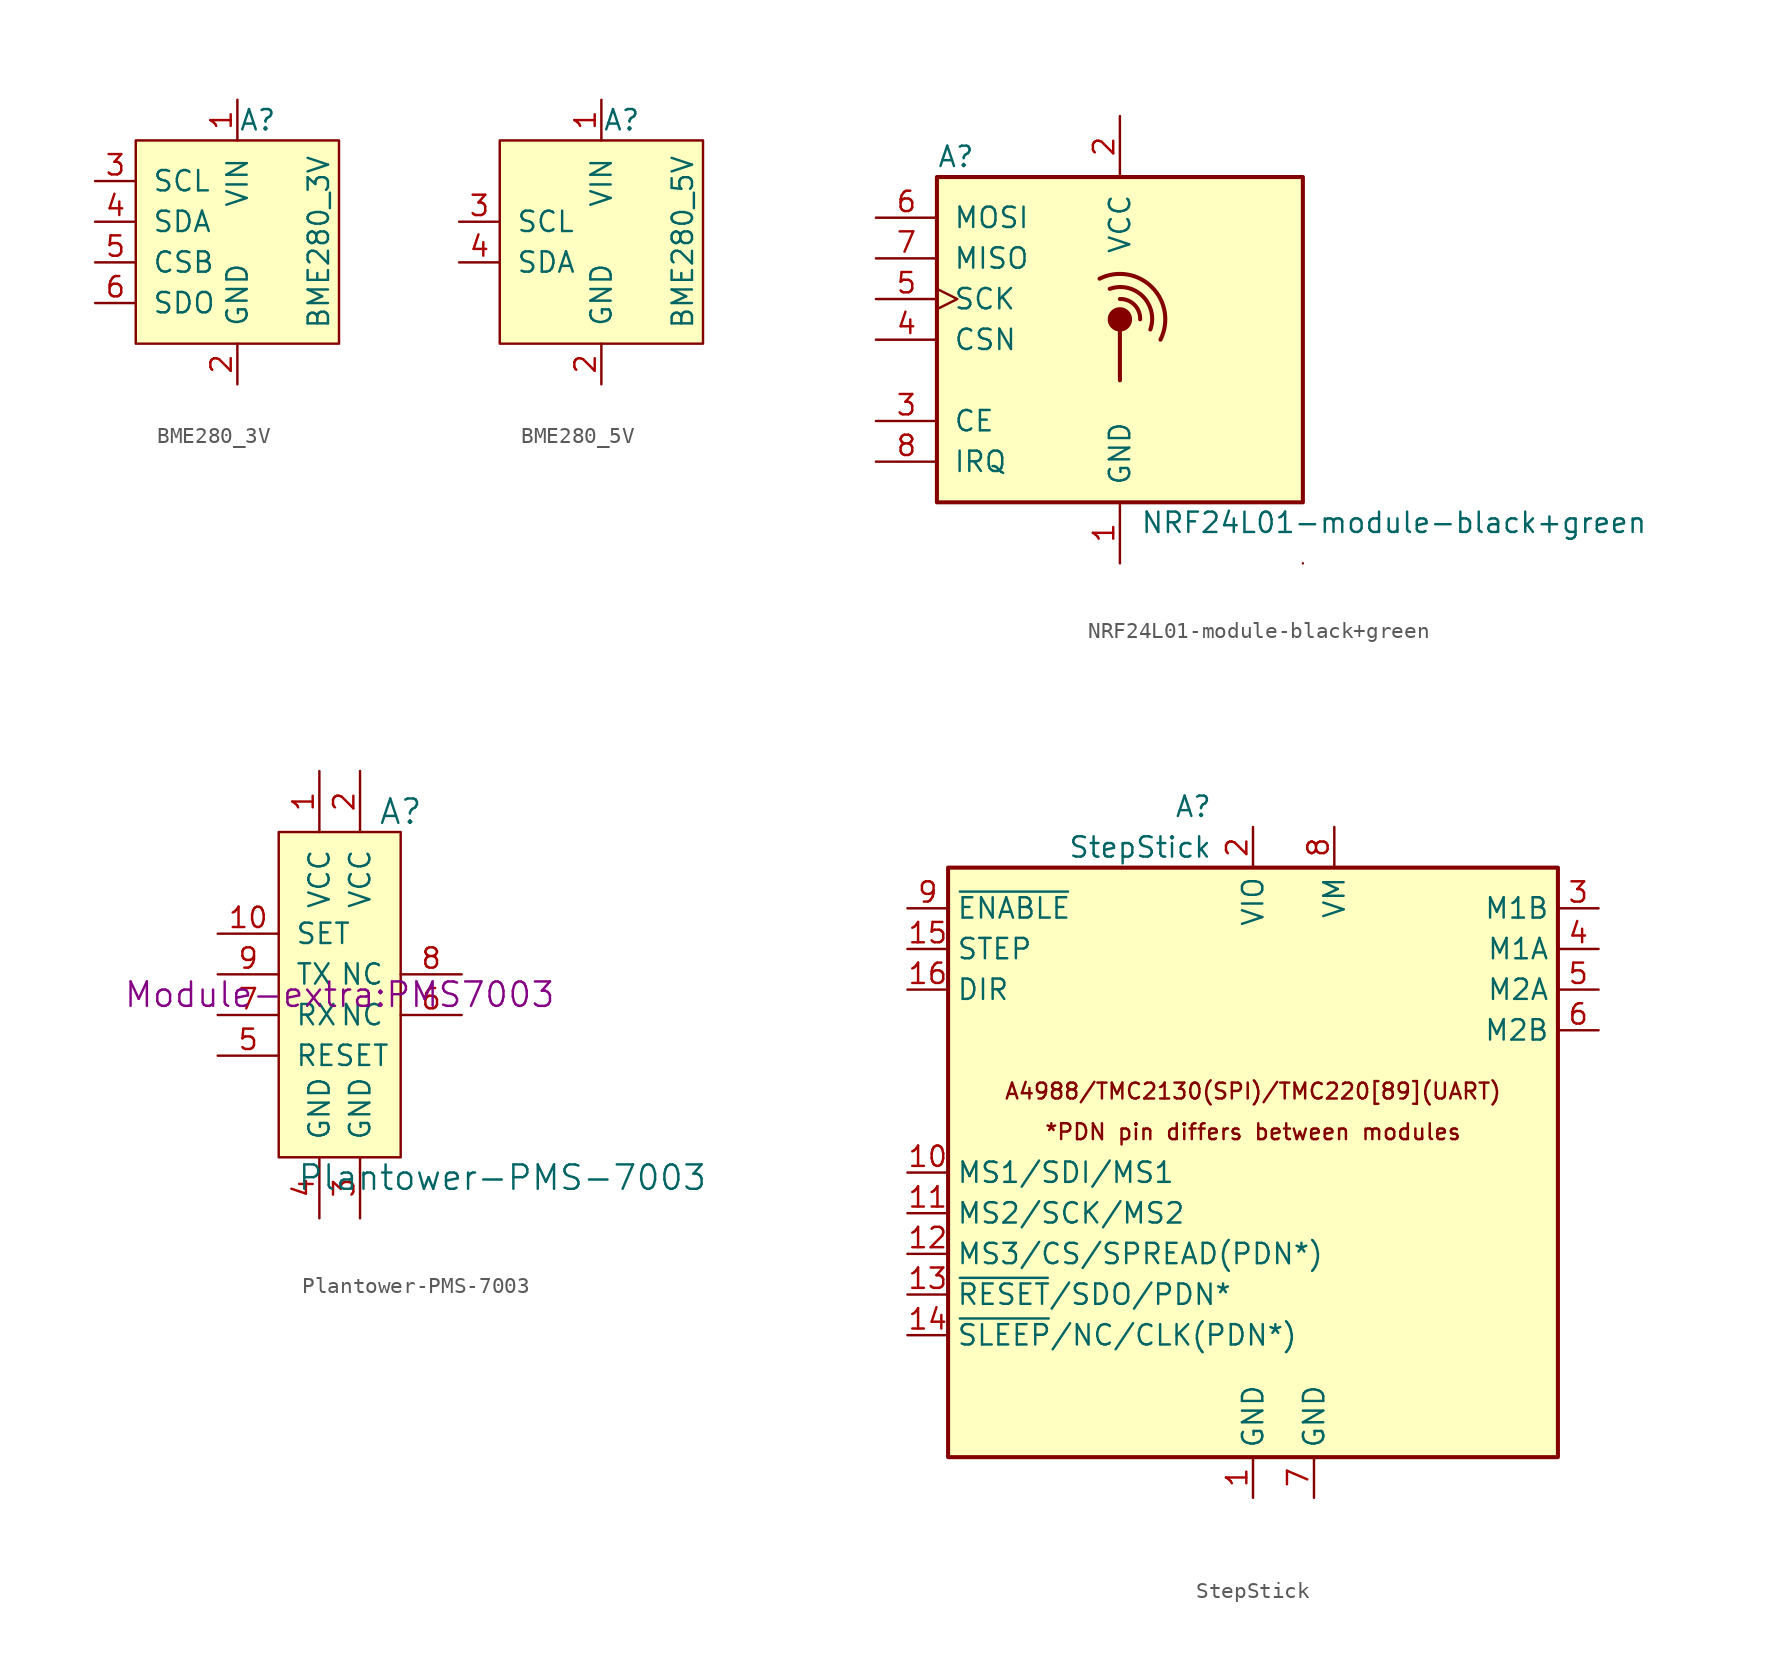
<source format=kicad_sym>
(kicad_symbol_lib
  (version 20231120)
  (generator "kicad_symbol_editor")
  (generator_version "8.0")
  (symbol "BME280_3V"
    (pin_names
      (offset 1.016))
    (property "Reference" "A"
      (at 1.27 11.43 0)
      (effects (font (size 1.27 1.27))))
    (property "Value" "BME280_3V"
      (at 5.08 3.81 90)
      (effects (font (size 1.27 1.27))))
    (symbol "BME280_3V_0_1"
      (rectangle (start -6.35 10.16) (end 6.35 -2.54) (stroke (width 0) (type default)) (fill (type background))))
    (symbol "BME280_3V_1_1"
      (pin power_in line (at 0 12.7 270) (length 2.54) (name "VIN" (effects (font (size 1.27 1.27)))) (number "1" (effects (font (size 1.27 1.27)))))
      (pin power_in line (at 0 -5.08 90) (length 2.54) (name "GND" (effects (font (size 1.27 1.27)))) (number "2" (effects (font (size 1.27 1.27)))))
      (pin input line (at -8.89 7.62 0) (length 2.54) (name "SCL" (effects (font (size 1.27 1.27)))) (number "3" (effects (font (size 1.27 1.27)))))
      (pin bidirectional line (at -8.89 5.08 0) (length 2.54) (name "SDA" (effects (font (size 1.27 1.27)))) (number "4" (effects (font (size 1.27 1.27)))))
      (pin passive line (at -8.89 2.54 0) (length 2.54) (name "CSB" (effects (font (size 1.27 1.27)))) (number "5" (effects (font (size 1.27 1.27)))))
      (pin passive line (at -8.89 0 0) (length 2.54) (name "SDO" (effects (font (size 1.27 1.27)))) (number "6" (effects (font (size 1.27 1.27)))))))
  (symbol "BME280_5V"
    (pin_names
      (offset 1.016))
    (property "Reference" "A"
      (at 1.27 11.43 0)
      (effects (font (size 1.27 1.27))))
    (property "Value" "BME280_5V"
      (at 5.08 3.81 90)
      (effects (font (size 1.27 1.27))))
    (symbol "BME280_5V_0_1"
      (rectangle (start -6.35 10.16) (end 6.35 -2.54) (stroke (width 0) (type default)) (fill (type background))))
    (symbol "BME280_5V_1_1"
      (pin power_in line (at 0 12.7 270) (length 2.54) (name "VIN" (effects (font (size 1.27 1.27)))) (number "1" (effects (font (size 1.27 1.27)))))
      (pin power_in line (at 0 -5.08 90) (length 2.54) (name "GND" (effects (font (size 1.27 1.27)))) (number "2" (effects (font (size 1.27 1.27)))))
      (pin input line (at -8.89 5.08 0) (length 2.54) (name "SCL" (effects (font (size 1.27 1.27)))) (number "3" (effects (font (size 1.27 1.27)))))
      (pin input line (at -8.89 2.54 0) (length 2.54) (name "SDA" (effects (font (size 1.27 1.27)))) (number "4" (effects (font (size 1.27 1.27)))))))
  (symbol "NRF24L01-module-black+green"
    (pin_names
      (offset 1.016))
    (property "Reference" "A"
      (at -11.43 11.43 0)
      (effects (font (size 1.27 1.27)) (justify left)))
    (property "Value" "NRF24L01-module-black+green"
      (at 1.27 -11.43 0)
      (effects (font (size 1.27 1.27)) (justify left)))
    (symbol "NRF24L01-module-black+green_0_1"
      (rectangle (start -11.43 10.16) (end 11.43 -10.16) (stroke (width 0.254) (type default)) (fill (type background)))
      (polyline (pts (xy 0 0.635) (xy 0 -2.54)) (stroke (width 0.254) (type default)) (fill (type none)))
      (circle (center 0 1.27) (radius 0.635) (stroke (width 0.254) (type default)) (fill (type outline)))
      (arc (start 1.27 1.27) (mid 0.9071 2.1846) (end 0 2.54) (stroke (width 0.254) (type default)) (fill (type none)))
      (arc (start 1.905 0.635) (mid 1.4313 2.7154) (end -0.635 3.175) (stroke (width 0.254) (type default)) (fill (type none)))
      (arc (start 2.54 0) (mid 2.008 3.278) (end -1.27 3.81) (stroke (width 0.254) (type default)) (fill (type none)))
      (rectangle (start 11.43 -13.97) (end 11.43 -13.97) (stroke (width 0) (type default)) (fill (type none))))
    (symbol "NRF24L01-module-black+green_1_1"
      (pin power_in line (at 0 -13.97 90) (length 3.81) (name "GND" (effects (font (size 1.27 1.27)))) (number "1" (effects (font (size 1.27 1.27)))))
      (pin power_in line (at 0 13.97 270) (length 3.81) (name "VCC" (effects (font (size 1.27 1.27)))) (number "2" (effects (font (size 1.27 1.27)))))
      (pin input line (at -15.24 -5.08 0) (length 3.81) (name "CE" (effects (font (size 1.27 1.27)))) (number "3" (effects (font (size 1.27 1.27)))))
      (pin input line (at -15.24 0 0) (length 3.81) (name "CSN" (effects (font (size 1.27 1.27)))) (number "4" (effects (font (size 1.27 1.27)))))
      (pin input clock (at -15.24 2.54 0) (length 3.81) (name "SCK" (effects (font (size 1.27 1.27)))) (number "5" (effects (font (size 1.27 1.27)))))
      (pin input line (at -15.24 7.62 0) (length 3.81) (name "MOSI" (effects (font (size 1.27 1.27)))) (number "6" (effects (font (size 1.27 1.27)))))
      (pin output line (at -15.24 5.08 0) (length 3.81) (name "MISO" (effects (font (size 1.27 1.27)))) (number "7" (effects (font (size 1.27 1.27)))))
      (pin output line (at -15.24 -7.62 0) (length 3.81) (name "IRQ" (effects (font (size 1.27 1.27)))) (number "8" (effects (font (size 1.27 1.27)))))))
  (symbol "Plantower-PMS-7003"
    (pin_names
      (offset 1.016))
    (property "Reference" "A"
      (at 3.81 11.43 0)
      (effects (font (size 1.524 1.524))))
    (property "Value" "Plantower-PMS-7003"
      (at 10.16 -11.43 0)
      (effects (font (size 1.524 1.524))))
    (property "Footprint" "Module-extra:PMS7003"
      (at 0 0 0)
      (effects (font (size 1.524 1.524))))
    (property "Datasheet" ""
      (at 0 0 0)
      (effects (font (size 1.524 1.524))))
    (symbol "Plantower-PMS-7003_0_1"
      (rectangle (start -3.81 10.16) (end 3.81 -10.16) (stroke (width 0) (type default)) (fill (type background))))
    (symbol "Plantower-PMS-7003_1_1"
      (pin passive line (at -1.27 13.97 270) (length 3.81) (name "VCC" (effects (font (size 1.27 1.27)))) (number "1" (effects (font (size 1.27 1.27)))))
      (pin passive line (at -7.62 3.81 0) (length 3.81) (name "SET" (effects (font (size 1.27 1.27)))) (number "10" (effects (font (size 1.27 1.27)))))
      (pin passive line (at 1.27 13.97 270) (length 3.81) (name "VCC" (effects (font (size 1.27 1.27)))) (number "2" (effects (font (size 1.27 1.27)))))
      (pin passive line (at 1.27 -13.97 90) (length 3.81) (name "GND" (effects (font (size 1.27 1.27)))) (number "3" (effects (font (size 1.27 1.27)))))
      (pin passive line (at -1.27 -13.97 90) (length 3.81) (name "GND" (effects (font (size 1.27 1.27)))) (number "4" (effects (font (size 1.27 1.27)))))
      (pin passive line (at -7.62 -3.81 0) (length 3.81) (name "RESET" (effects (font (size 1.27 1.27)))) (number "5" (effects (font (size 1.27 1.27)))))
      (pin passive line (at 7.62 -1.27 180) (length 3.81) (name "NC" (effects (font (size 1.27 1.27)))) (number "6" (effects (font (size 1.27 1.27)))))
      (pin passive line (at -7.62 -1.27 0) (length 3.81) (name "RX" (effects (font (size 1.27 1.27)))) (number "7" (effects (font (size 1.27 1.27)))))
      (pin passive line (at 7.62 1.27 180) (length 3.81) (name "NC" (effects (font (size 1.27 1.27)))) (number "8" (effects (font (size 1.27 1.27)))))
      (pin passive line (at -7.62 1.27 0) (length 3.81) (name "TX" (effects (font (size 1.27 1.27)))) (number "9" (effects (font (size 1.27 1.27)))))))
  (symbol "StepStick"
    (property "Reference" "A"
      (at -2.54 22.86 0)
      (effects (font (size 1.27 1.27)) (justify right)))
    (property "Value" "StepStick"
      (at -2.54 20.32 0)
      (effects (font (size 1.27 1.27)) (justify right)))
    (symbol "StepStick_0_0"
      (text "*PDN pin differs between modules" (at 0 2.54 0) (effects (font (size 0.991 0.991))))
      (text "A4988/TMC2130(SPI)/TMC220[89](UART)" (at 0 5.08 0) (effects (font (size 0.991 0.991)))))
    (symbol "StepStick_0_1"
      (rectangle (start 19.05 -17.78) (end -19.05 19.05) (stroke (width 0.254) (type default)) (fill (type background))))
    (symbol "StepStick_1_1"
      (pin power_in line (at 0 -20.32 90) (length 2.54) (name "GND" (effects (font (size 1.27 1.27)))) (number "1" (effects (font (size 1.27 1.27)))))
      (pin input line (at -21.59 0 0) (length 2.54) (name "MS1/SDI/MS1" (effects (font (size 1.27 1.27)))) (number "10" (effects (font (size 1.27 1.27)))))
      (pin input line (at -21.59 -2.54 0) (length 2.54) (name "MS2/SCK/MS2" (effects (font (size 1.27 1.27)))) (number "11" (effects (font (size 1.27 1.27)))))
      (pin input line (at -21.59 -5.08 0) (length 2.54) (name "MS3/CS/SPREAD(PDN*)" (effects (font (size 1.27 1.27)))) (number "12" (effects (font (size 1.27 1.27)))))
      (pin input line (at -21.59 -7.62 0) (length 2.54) (name "~{RESET}/SDO/PDN*" (effects (font (size 1.27 1.27)))) (number "13" (effects (font (size 1.27 1.27)))))
      (pin input line (at -21.59 -10.16 0) (length 2.54) (name "~{SLEEP}/NC/CLK(PDN*)" (effects (font (size 1.27 1.27)))) (number "14" (effects (font (size 1.27 1.27)))))
      (pin input line (at -21.59 13.97 0) (length 2.54) (name "STEP" (effects (font (size 1.27 1.27)))) (number "15" (effects (font (size 1.27 1.27)))))
      (pin input line (at -21.59 11.43 0) (length 2.54) (name "DIR" (effects (font (size 1.27 1.27)))) (number "16" (effects (font (size 1.27 1.27)))))
      (pin power_in line (at 0 21.59 270) (length 2.54) (name "VIO" (effects (font (size 1.27 1.27)))) (number "2" (effects (font (size 1.27 1.27)))))
      (pin output line (at 21.59 16.51 180) (length 2.54) (name "M1B" (effects (font (size 1.27 1.27)))) (number "3" (effects (font (size 1.27 1.27)))))
      (pin output line (at 21.59 13.97 180) (length 2.54) (name "M1A" (effects (font (size 1.27 1.27)))) (number "4" (effects (font (size 1.27 1.27)))))
      (pin output line (at 21.59 11.43 180) (length 2.54) (name "M2A" (effects (font (size 1.27 1.27)))) (number "5" (effects (font (size 1.27 1.27)))))
      (pin output line (at 21.59 8.89 180) (length 2.54) (name "M2B" (effects (font (size 1.27 1.27)))) (number "6" (effects (font (size 1.27 1.27)))))
      (pin power_in line (at 3.81 -20.32 90) (length 2.54) (name "GND" (effects (font (size 1.27 1.27)))) (number "7" (effects (font (size 1.27 1.27)))))
      (pin power_in line (at 5.08 21.59 270) (length 2.54) (name "VM" (effects (font (size 1.27 1.27)))) (number "8" (effects (font (size 1.27 1.27)))))
      (pin input line (at -21.59 16.51 0) (length 2.54) (name "~{ENABLE}" (effects (font (size 1.27 1.27)))) (number "9" (effects (font (size 1.27 1.27))))))))
</source>
